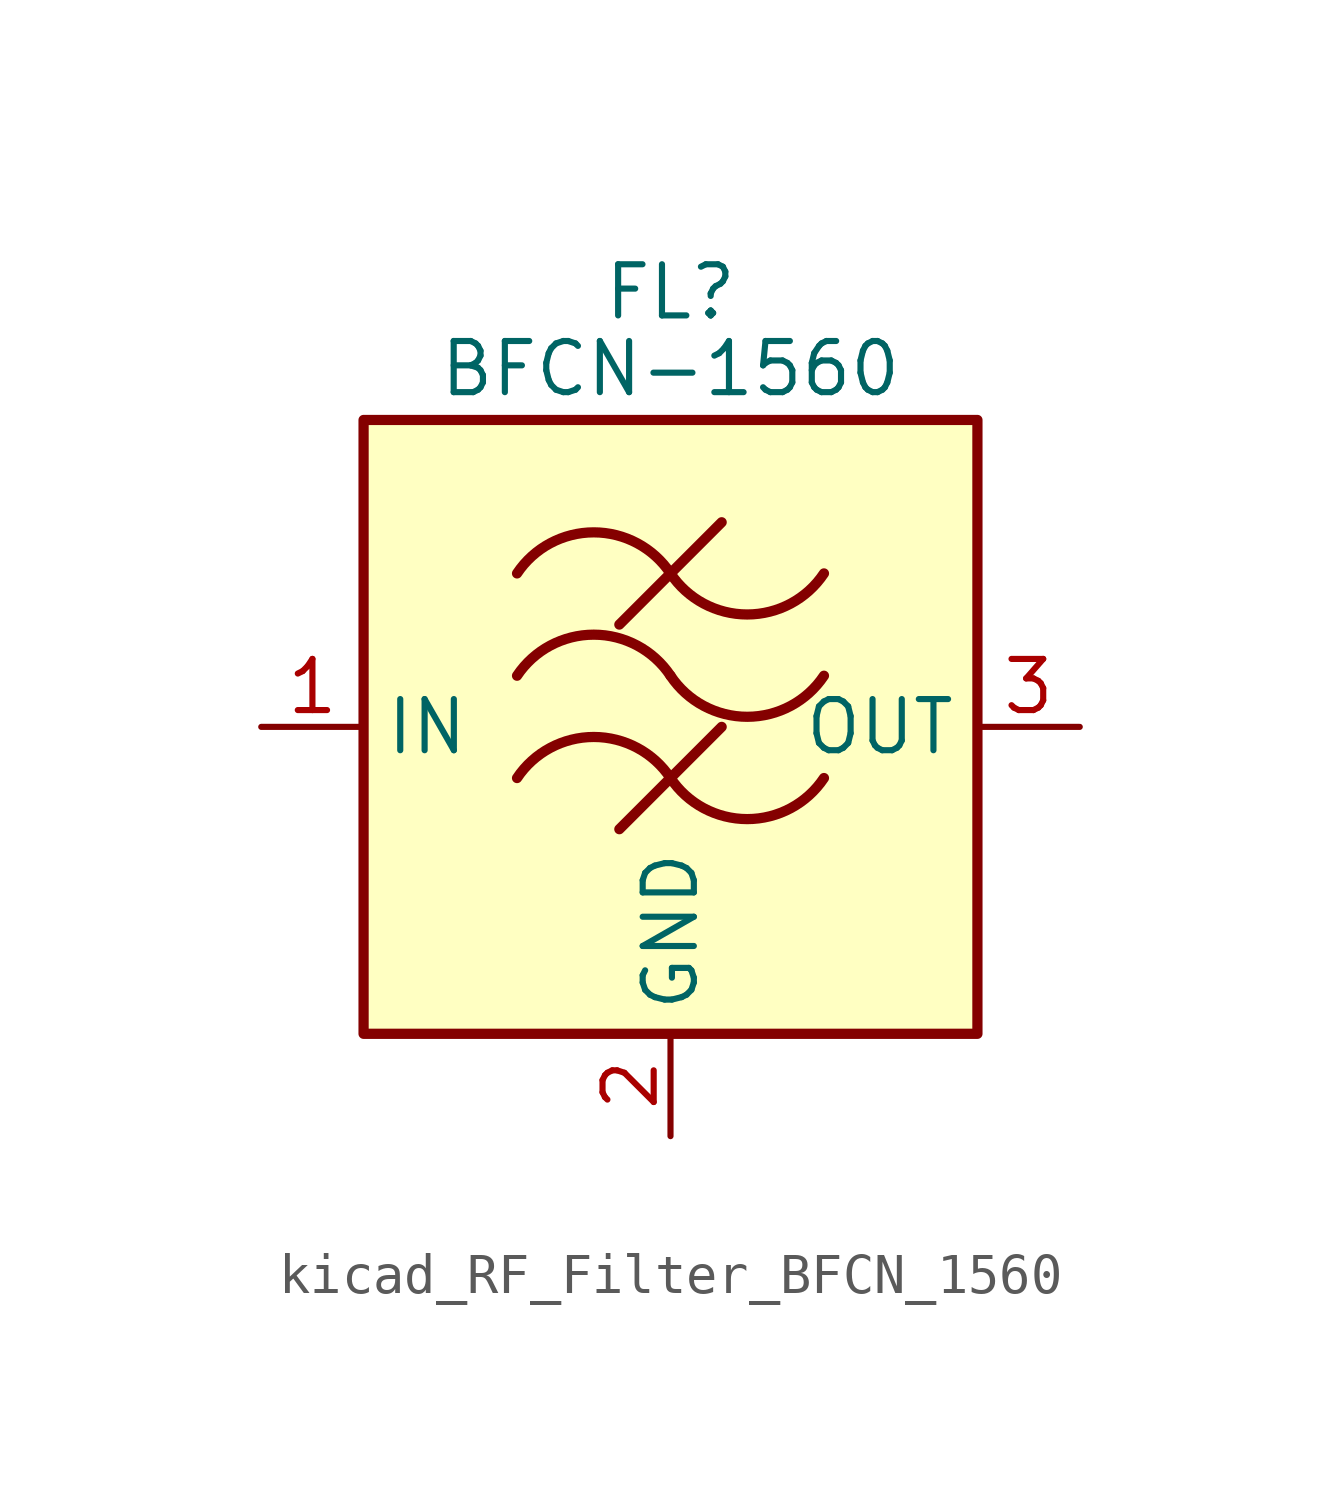
<source format=kicad_sym>
(kicad_symbol_lib
  (version 20220914)
  (generator kicad_symbol_editor)
  (symbol "kicad_RF_Filter_BFCN_1560"
    (property "Reference" "FL"
      (at 0 10.795 0)
      (effects (font (size 1.27 1.27))))
    (property "Value" "BFCN-1560"
      (at 0 8.89 0)
      (effects (font (size 1.27 1.27))))
    (symbol "kicad_RF_Filter_BFCN_1560_0_1"
      (rectangle (start -7.62 7.62) (end 7.62 -7.62) (stroke (width 0.254) (type default)) (fill (type background)))
      (arc (start 0 -1.27) (mid -1.905 -0.2505) (end -3.81 -1.27) (stroke (width 0.254) (type default)) (fill (type none)))
      (arc (start 0 -1.27) (mid 1.905 -2.2895) (end 3.81 -1.27) (stroke (width 0.254) (type default)) (fill (type none)))
      (polyline (pts (xy -1.27 -2.54) (xy 1.27 0)) (stroke (width 0.254) (type default)) (fill (type none)))
      (polyline (pts (xy -1.27 2.54) (xy 1.27 5.08)) (stroke (width 0.254) (type default)) (fill (type none)))
      (arc (start 0 1.27) (mid -1.905 2.2895) (end -3.81 1.27) (stroke (width 0.254) (type default)) (fill (type none)))
      (arc (start 0 1.27) (mid 1.905 0.2505) (end 3.81 1.27) (stroke (width 0.254) (type default)) (fill (type none)))
      (arc (start 0 3.81) (mid -1.905 4.8295) (end -3.81 3.81) (stroke (width 0.254) (type default)) (fill (type none)))
      (arc (start 0 3.81) (mid 1.905 2.7905) (end 3.81 3.81) (stroke (width 0.254) (type default)) (fill (type none))))
    (symbol "kicad_RF_Filter_BFCN_1560_1_1"
      (pin passive line (at -10.16 0 0) (length 2.54) (name "IN" (effects (font (size 1.27 1.27)))) (number "1" (effects (font (size 1.27 1.27)))))
      (pin passive line (at 0 -10.16 90) (length 2.54) (name "GND" (effects (font (size 1.27 1.27)))) (number "2" (effects (font (size 1.27 1.27)))))
      (pin passive line (at 10.16 0 180) (length 2.54) (name "OUT" (effects (font (size 1.27 1.27)))) (number "3" (effects (font (size 1.27 1.27)))))
      (pin passive line (at 0 -10.16 90) (length 2.54) hide (name "GND" (effects (font (size 1.27 1.27)))) (number "4" (effects (font (size 1.27 1.27)))))
      (pin passive line (at 0 -10.16 90) (length 2.54) hide (name "GND" (effects (font (size 1.27 1.27)))) (number "5" (effects (font (size 1.27 1.27)))))
      (pin passive line (at 0 -10.16 90) (length 2.54) hide (name "GND" (effects (font (size 1.27 1.27)))) (number "6" (effects (font (size 1.27 1.27))))))))
</source>
